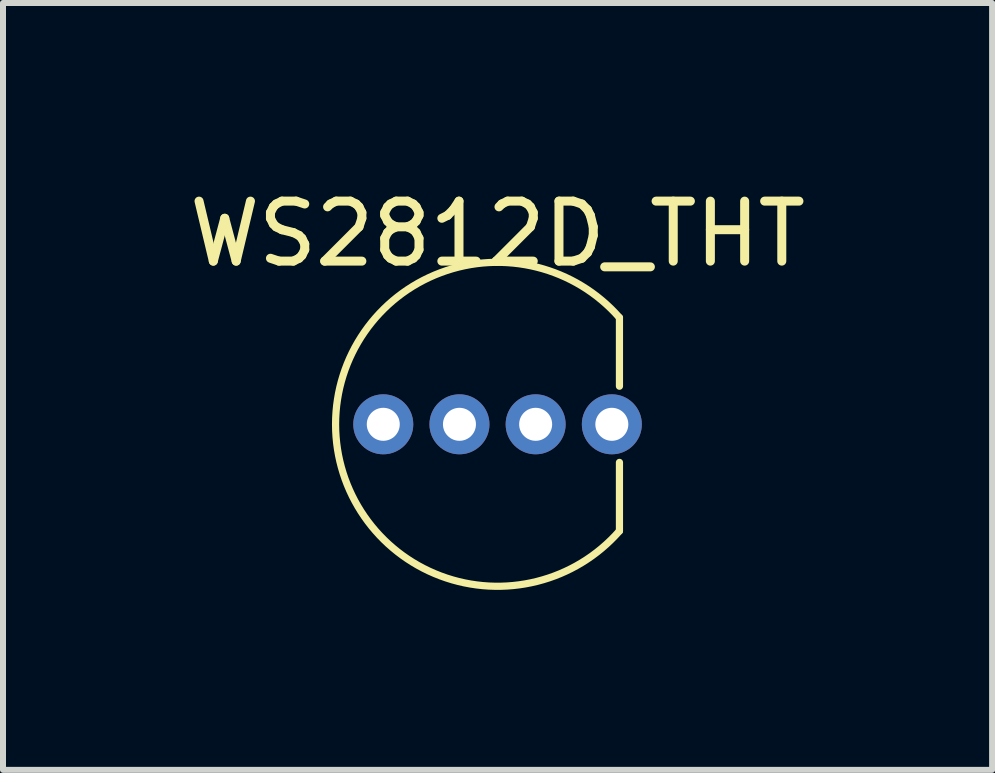
<source format=kicad_pcb>
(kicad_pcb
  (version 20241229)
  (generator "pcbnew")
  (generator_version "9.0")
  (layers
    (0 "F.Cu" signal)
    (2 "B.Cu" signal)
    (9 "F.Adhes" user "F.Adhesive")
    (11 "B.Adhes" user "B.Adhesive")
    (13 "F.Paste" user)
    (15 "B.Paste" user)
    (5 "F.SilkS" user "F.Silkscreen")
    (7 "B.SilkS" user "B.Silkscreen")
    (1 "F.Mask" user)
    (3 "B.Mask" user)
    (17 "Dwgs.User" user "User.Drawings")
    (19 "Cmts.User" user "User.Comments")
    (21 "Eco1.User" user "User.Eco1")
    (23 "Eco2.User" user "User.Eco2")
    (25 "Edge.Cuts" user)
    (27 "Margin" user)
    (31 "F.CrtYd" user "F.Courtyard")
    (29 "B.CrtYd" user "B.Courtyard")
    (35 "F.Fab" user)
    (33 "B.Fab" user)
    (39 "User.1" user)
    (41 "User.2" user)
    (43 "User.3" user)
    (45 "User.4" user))
  (footprint "WS2812D_THT"
    (layer "F.Cu")
    (at 5.244 4.023)
    (property "Reference" "WS2812D_THT" (at 0 -3.175 0) (unlocked yes) (layer "F.SilkS") (effects (font (size 1 1) (thickness 0.15))))
    (attr through_hole)
    (fp_line (start 2.032 -1.778) (end 2.032 -0.635) (stroke (width 0.12) (type solid)) (layer "F.SilkS"))
    (fp_line (start 2.032 1.778) (end 2.032 0.635) (stroke (width 0.12) (type solid)) (layer "F.SilkS"))
    (fp_arc (start 2.031999 1.777999) (mid -2.700056 0) (end 2.031999 -1.777999) (stroke (width 0.12) (type solid)) (layer "F.SilkS"))
    (pad "1" thru_hole circle (at 1.905 0 180) (size 1 1) (drill 0.55) (layers "*.Cu" "*.Mask"))
    (pad "2" thru_hole circle (at 0.635 0 180) (size 1 1) (drill 0.55) (layers "*.Cu" "*.Mask"))
    (pad "3" thru_hole circle (at -0.635 0 180) (size 1 1) (drill 0.55) (layers "*.Cu" "*.Mask"))
    (pad "4" thru_hole circle (at -1.905 0 180) (size 1 1) (drill 0.55) (layers "*.Cu" "*.Mask")))
  (gr_rect
    (start -3 -3)
    (end 13.488 9.783)
    (stroke (width 0.1) (type default))
    (fill no)
    (layer "Edge.Cuts")))
</source>
